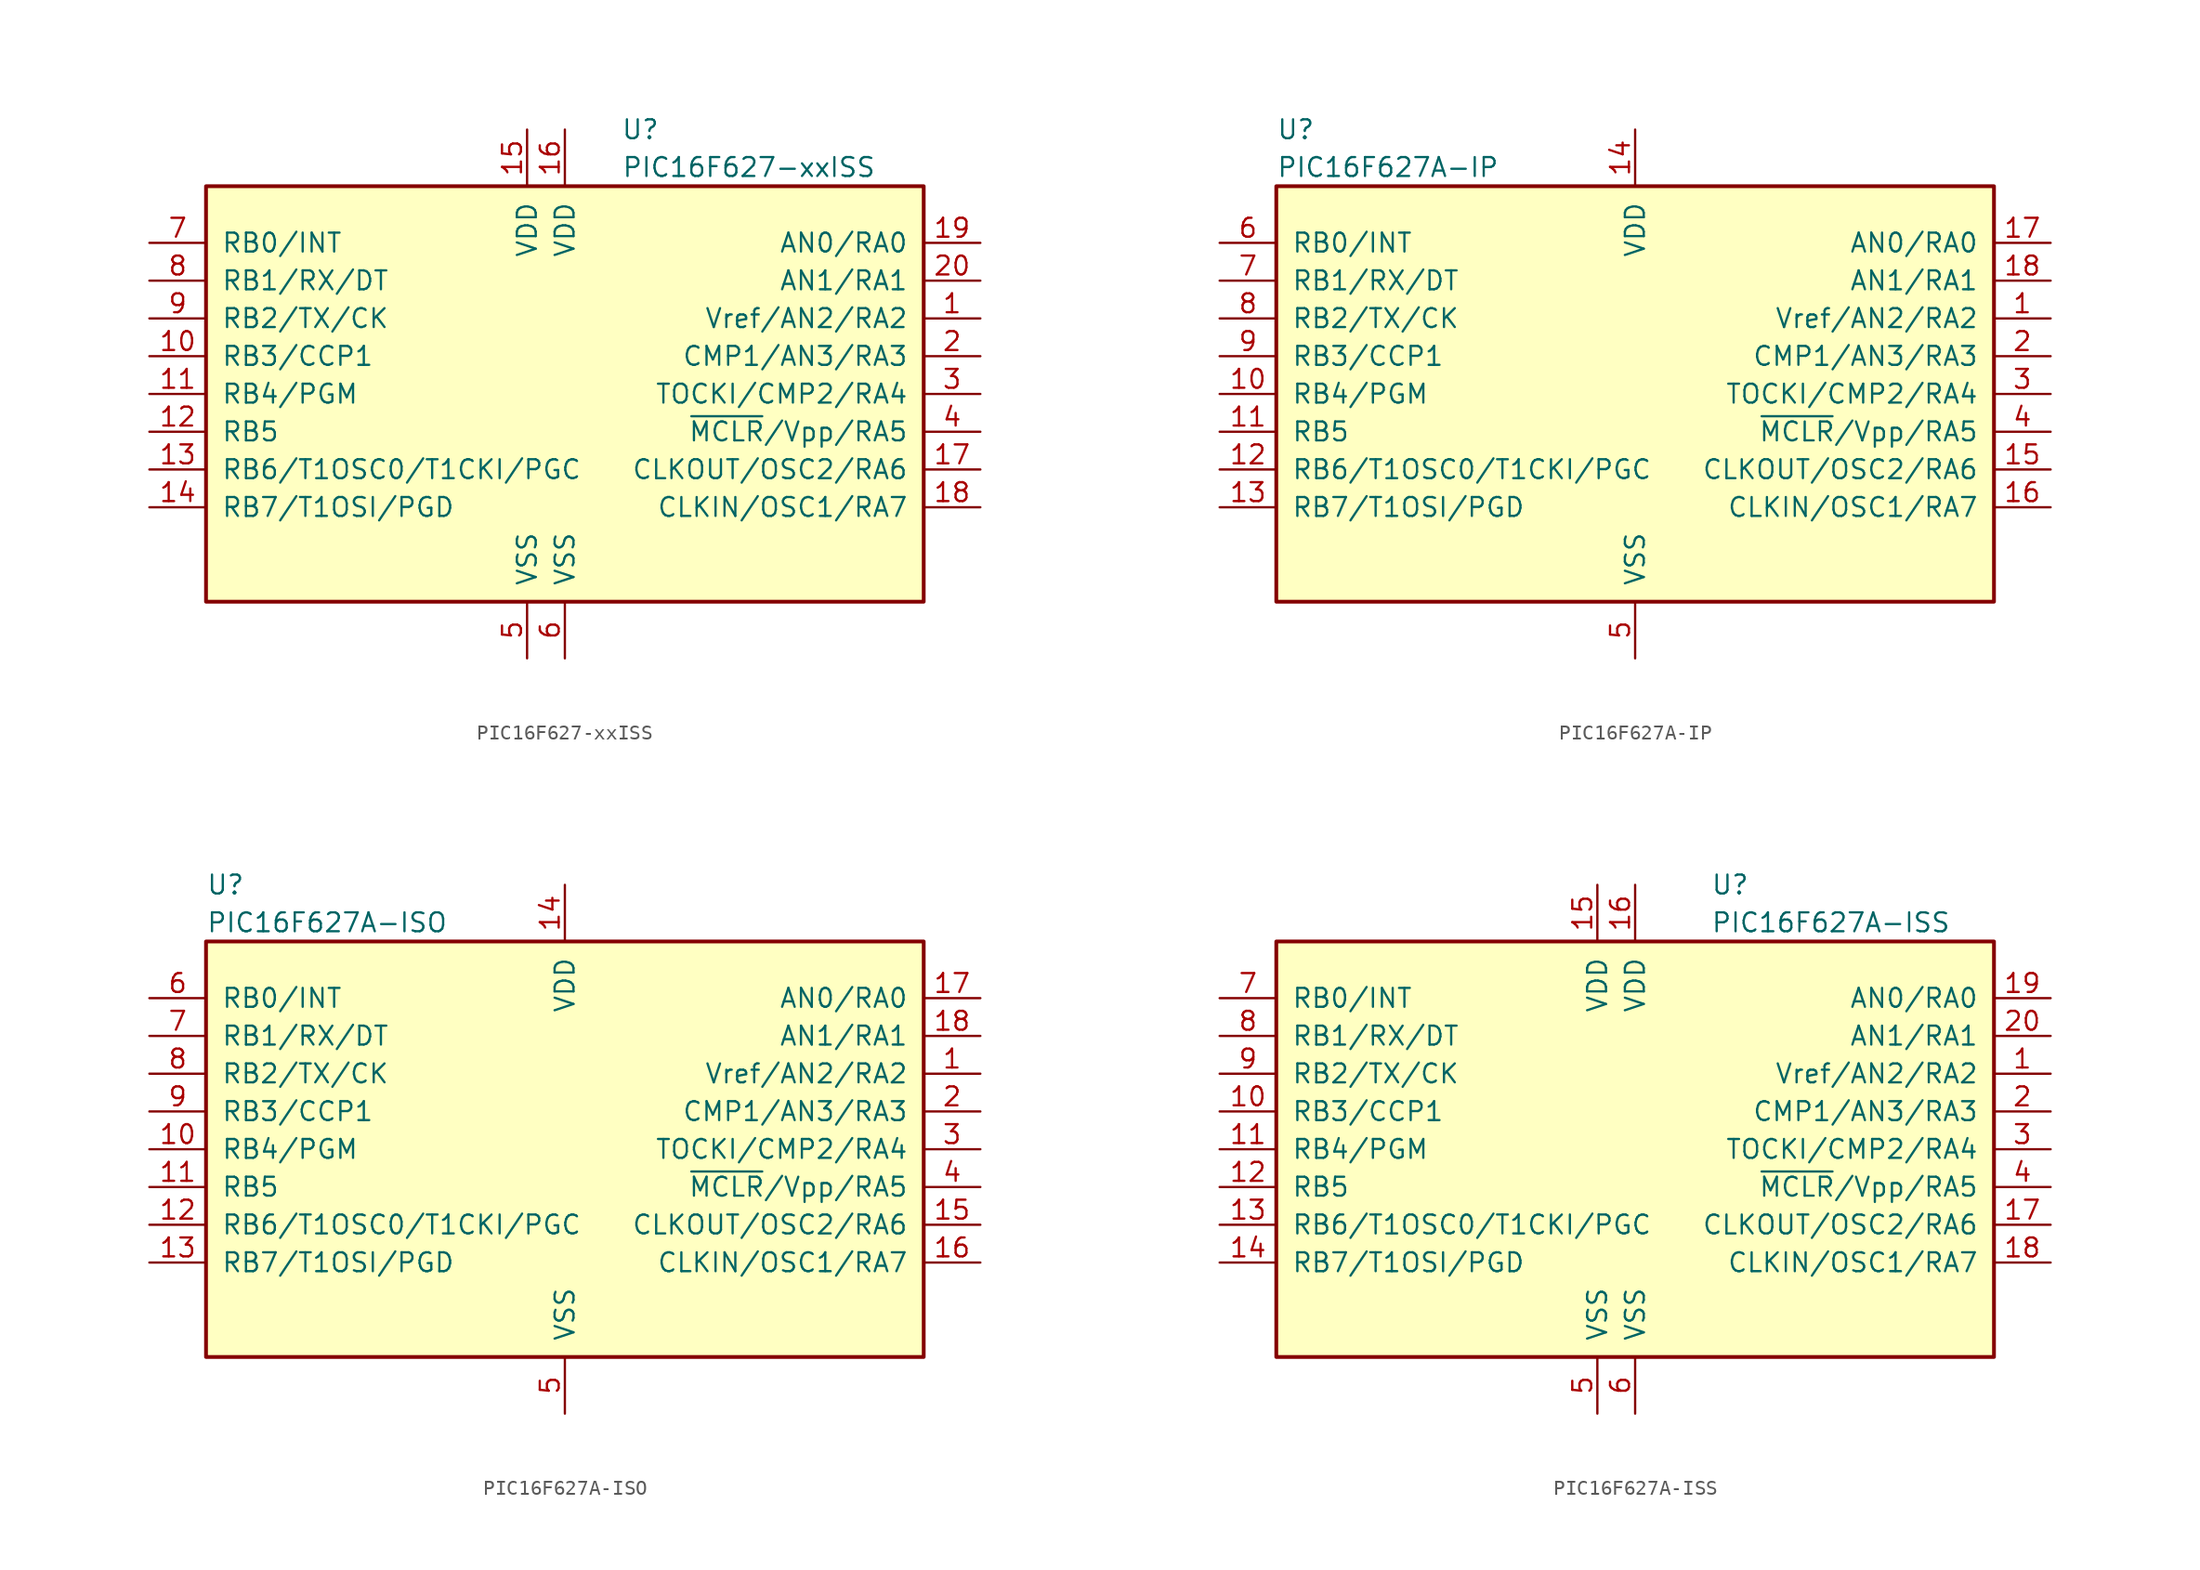
<source format=kicad_sym>
(kicad_symbol_lib
  (version 20220914)
  (generator kicad_symbol_editor)
  (symbol "PIC16F627-xxISS"
    (pin_names
      (offset 1.016))
    (property "Reference" "U"
      (at 5.08 17.78 0)
      (effects (font (size 1.27 1.27))))
    (property "Value" "PIC16F627-xxISS"
      (at 3.81 15.24 0)
      (effects (font (size 1.27 1.27)) (justify left)))
    (symbol "PIC16F627-xxISS_0_1"
      (rectangle (start 24.13 13.97) (end -24.13 -13.97) (stroke (width 0.254) (type default)) (fill (type background))))
    (symbol "PIC16F627-xxISS_1_1"
      (pin bidirectional line (at 27.94 5.08 180) (length 3.81) (name "Vref/AN2/RA2" (effects (font (size 1.27 1.27)))) (number "1" (effects (font (size 1.27 1.27)))))
      (pin bidirectional line (at -27.94 2.54 0) (length 3.81) (name "RB3/CCP1" (effects (font (size 1.27 1.27)))) (number "10" (effects (font (size 1.27 1.27)))))
      (pin bidirectional line (at -27.94 0 0) (length 3.81) (name "RB4/PGM" (effects (font (size 1.27 1.27)))) (number "11" (effects (font (size 1.27 1.27)))))
      (pin bidirectional line (at -27.94 -2.54 0) (length 3.81) (name "RB5" (effects (font (size 1.27 1.27)))) (number "12" (effects (font (size 1.27 1.27)))))
      (pin bidirectional line (at -27.94 -5.08 0) (length 3.81) (name "RB6/T1OSC0/T1CKI/PGC" (effects (font (size 1.27 1.27)))) (number "13" (effects (font (size 1.27 1.27)))))
      (pin bidirectional line (at -27.94 -7.62 0) (length 3.81) (name "RB7/T1OSI/PGD" (effects (font (size 1.27 1.27)))) (number "14" (effects (font (size 1.27 1.27)))))
      (pin power_in line (at -2.54 17.78 270) (length 3.81) (name "VDD" (effects (font (size 1.27 1.27)))) (number "15" (effects (font (size 1.27 1.27)))))
      (pin power_in line (at 0 17.78 270) (length 3.81) (name "VDD" (effects (font (size 1.27 1.27)))) (number "16" (effects (font (size 1.27 1.27)))))
      (pin bidirectional line (at 27.94 -5.08 180) (length 3.81) (name "CLKOUT/OSC2/RA6" (effects (font (size 1.27 1.27)))) (number "17" (effects (font (size 1.27 1.27)))))
      (pin bidirectional line (at 27.94 -7.62 180) (length 3.81) (name "CLKIN/OSC1/RA7" (effects (font (size 1.27 1.27)))) (number "18" (effects (font (size 1.27 1.27)))))
      (pin bidirectional line (at 27.94 10.16 180) (length 3.81) (name "AN0/RA0" (effects (font (size 1.27 1.27)))) (number "19" (effects (font (size 1.27 1.27)))))
      (pin bidirectional line (at 27.94 2.54 180) (length 3.81) (name "CMP1/AN3/RA3" (effects (font (size 1.27 1.27)))) (number "2" (effects (font (size 1.27 1.27)))))
      (pin bidirectional line (at 27.94 7.62 180) (length 3.81) (name "AN1/RA1" (effects (font (size 1.27 1.27)))) (number "20" (effects (font (size 1.27 1.27)))))
      (pin bidirectional line (at 27.94 0 180) (length 3.81) (name "TOCKI/CMP2/RA4" (effects (font (size 1.27 1.27)))) (number "3" (effects (font (size 1.27 1.27)))))
      (pin input line (at 27.94 -2.54 180) (length 3.81) (name "~{MCLR}/Vpp/RA5" (effects (font (size 1.27 1.27)))) (number "4" (effects (font (size 1.27 1.27)))))
      (pin power_in line (at -2.54 -17.78 90) (length 3.81) (name "VSS" (effects (font (size 1.27 1.27)))) (number "5" (effects (font (size 1.27 1.27)))))
      (pin power_in line (at 0 -17.78 90) (length 3.81) (name "VSS" (effects (font (size 1.27 1.27)))) (number "6" (effects (font (size 1.27 1.27)))))
      (pin bidirectional line (at -27.94 10.16 0) (length 3.81) (name "RB0/INT" (effects (font (size 1.27 1.27)))) (number "7" (effects (font (size 1.27 1.27)))))
      (pin bidirectional line (at -27.94 7.62 0) (length 3.81) (name "RB1/RX/DT" (effects (font (size 1.27 1.27)))) (number "8" (effects (font (size 1.27 1.27)))))
      (pin bidirectional line (at -27.94 5.08 0) (length 3.81) (name "RB2/TX/CK" (effects (font (size 1.27 1.27)))) (number "9" (effects (font (size 1.27 1.27)))))))
  (symbol "PIC16F627A-IP"
    (pin_names
      (offset 1.016))
    (property "Reference" "U"
      (at -24.13 17.78 0)
      (effects (font (size 1.27 1.27)) (justify left)))
    (property "Value" "PIC16F627A-IP"
      (at -24.13 15.24 0)
      (effects (font (size 1.27 1.27)) (justify left)))
    (symbol "PIC16F627A-IP_0_1"
      (rectangle (start 24.13 13.97) (end -24.13 -13.97) (stroke (width 0.254) (type default)) (fill (type background))))
    (symbol "PIC16F627A-IP_1_1"
      (pin bidirectional line (at 27.94 5.08 180) (length 3.81) (name "Vref/AN2/RA2" (effects (font (size 1.27 1.27)))) (number "1" (effects (font (size 1.27 1.27)))))
      (pin bidirectional line (at -27.94 0 0) (length 3.81) (name "RB4/PGM" (effects (font (size 1.27 1.27)))) (number "10" (effects (font (size 1.27 1.27)))))
      (pin bidirectional line (at -27.94 -2.54 0) (length 3.81) (name "RB5" (effects (font (size 1.27 1.27)))) (number "11" (effects (font (size 1.27 1.27)))))
      (pin bidirectional line (at -27.94 -5.08 0) (length 3.81) (name "RB6/T1OSC0/T1CKI/PGC" (effects (font (size 1.27 1.27)))) (number "12" (effects (font (size 1.27 1.27)))))
      (pin bidirectional line (at -27.94 -7.62 0) (length 3.81) (name "RB7/T1OSI/PGD" (effects (font (size 1.27 1.27)))) (number "13" (effects (font (size 1.27 1.27)))))
      (pin power_in line (at 0 17.78 270) (length 3.81) (name "VDD" (effects (font (size 1.27 1.27)))) (number "14" (effects (font (size 1.27 1.27)))))
      (pin bidirectional line (at 27.94 -5.08 180) (length 3.81) (name "CLKOUT/OSC2/RA6" (effects (font (size 1.27 1.27)))) (number "15" (effects (font (size 1.27 1.27)))))
      (pin bidirectional line (at 27.94 -7.62 180) (length 3.81) (name "CLKIN/OSC1/RA7" (effects (font (size 1.27 1.27)))) (number "16" (effects (font (size 1.27 1.27)))))
      (pin bidirectional line (at 27.94 10.16 180) (length 3.81) (name "AN0/RA0" (effects (font (size 1.27 1.27)))) (number "17" (effects (font (size 1.27 1.27)))))
      (pin bidirectional line (at 27.94 7.62 180) (length 3.81) (name "AN1/RA1" (effects (font (size 1.27 1.27)))) (number "18" (effects (font (size 1.27 1.27)))))
      (pin bidirectional line (at 27.94 2.54 180) (length 3.81) (name "CMP1/AN3/RA3" (effects (font (size 1.27 1.27)))) (number "2" (effects (font (size 1.27 1.27)))))
      (pin bidirectional line (at 27.94 0 180) (length 3.81) (name "TOCKI/CMP2/RA4" (effects (font (size 1.27 1.27)))) (number "3" (effects (font (size 1.27 1.27)))))
      (pin input line (at 27.94 -2.54 180) (length 3.81) (name "~{MCLR}/Vpp/RA5" (effects (font (size 1.27 1.27)))) (number "4" (effects (font (size 1.27 1.27)))))
      (pin power_in line (at 0 -17.78 90) (length 3.81) (name "VSS" (effects (font (size 1.27 1.27)))) (number "5" (effects (font (size 1.27 1.27)))))
      (pin bidirectional line (at -27.94 10.16 0) (length 3.81) (name "RB0/INT" (effects (font (size 1.27 1.27)))) (number "6" (effects (font (size 1.27 1.27)))))
      (pin bidirectional line (at -27.94 7.62 0) (length 3.81) (name "RB1/RX/DT" (effects (font (size 1.27 1.27)))) (number "7" (effects (font (size 1.27 1.27)))))
      (pin bidirectional line (at -27.94 5.08 0) (length 3.81) (name "RB2/TX/CK" (effects (font (size 1.27 1.27)))) (number "8" (effects (font (size 1.27 1.27)))))
      (pin bidirectional line (at -27.94 2.54 0) (length 3.81) (name "RB3/CCP1" (effects (font (size 1.27 1.27)))) (number "9" (effects (font (size 1.27 1.27)))))))
  (symbol "PIC16F627A-ISO"
    (pin_names
      (offset 1.016))
    (property "Reference" "U"
      (at -24.13 17.78 0)
      (effects (font (size 1.27 1.27)) (justify left)))
    (property "Value" "PIC16F627A-ISO"
      (at -24.13 15.24 0)
      (effects (font (size 1.27 1.27)) (justify left)))
    (symbol "PIC16F627A-ISO_0_1"
      (rectangle (start 24.13 13.97) (end -24.13 -13.97) (stroke (width 0.254) (type default)) (fill (type background))))
    (symbol "PIC16F627A-ISO_1_1"
      (pin bidirectional line (at 27.94 5.08 180) (length 3.81) (name "Vref/AN2/RA2" (effects (font (size 1.27 1.27)))) (number "1" (effects (font (size 1.27 1.27)))))
      (pin bidirectional line (at -27.94 0 0) (length 3.81) (name "RB4/PGM" (effects (font (size 1.27 1.27)))) (number "10" (effects (font (size 1.27 1.27)))))
      (pin bidirectional line (at -27.94 -2.54 0) (length 3.81) (name "RB5" (effects (font (size 1.27 1.27)))) (number "11" (effects (font (size 1.27 1.27)))))
      (pin bidirectional line (at -27.94 -5.08 0) (length 3.81) (name "RB6/T1OSC0/T1CKI/PGC" (effects (font (size 1.27 1.27)))) (number "12" (effects (font (size 1.27 1.27)))))
      (pin bidirectional line (at -27.94 -7.62 0) (length 3.81) (name "RB7/T1OSI/PGD" (effects (font (size 1.27 1.27)))) (number "13" (effects (font (size 1.27 1.27)))))
      (pin power_in line (at 0 17.78 270) (length 3.81) (name "VDD" (effects (font (size 1.27 1.27)))) (number "14" (effects (font (size 1.27 1.27)))))
      (pin bidirectional line (at 27.94 -5.08 180) (length 3.81) (name "CLKOUT/OSC2/RA6" (effects (font (size 1.27 1.27)))) (number "15" (effects (font (size 1.27 1.27)))))
      (pin bidirectional line (at 27.94 -7.62 180) (length 3.81) (name "CLKIN/OSC1/RA7" (effects (font (size 1.27 1.27)))) (number "16" (effects (font (size 1.27 1.27)))))
      (pin bidirectional line (at 27.94 10.16 180) (length 3.81) (name "AN0/RA0" (effects (font (size 1.27 1.27)))) (number "17" (effects (font (size 1.27 1.27)))))
      (pin bidirectional line (at 27.94 7.62 180) (length 3.81) (name "AN1/RA1" (effects (font (size 1.27 1.27)))) (number "18" (effects (font (size 1.27 1.27)))))
      (pin bidirectional line (at 27.94 2.54 180) (length 3.81) (name "CMP1/AN3/RA3" (effects (font (size 1.27 1.27)))) (number "2" (effects (font (size 1.27 1.27)))))
      (pin bidirectional line (at 27.94 0 180) (length 3.81) (name "TOCKI/CMP2/RA4" (effects (font (size 1.27 1.27)))) (number "3" (effects (font (size 1.27 1.27)))))
      (pin input line (at 27.94 -2.54 180) (length 3.81) (name "~{MCLR}/Vpp/RA5" (effects (font (size 1.27 1.27)))) (number "4" (effects (font (size 1.27 1.27)))))
      (pin power_in line (at 0 -17.78 90) (length 3.81) (name "VSS" (effects (font (size 1.27 1.27)))) (number "5" (effects (font (size 1.27 1.27)))))
      (pin bidirectional line (at -27.94 10.16 0) (length 3.81) (name "RB0/INT" (effects (font (size 1.27 1.27)))) (number "6" (effects (font (size 1.27 1.27)))))
      (pin bidirectional line (at -27.94 7.62 0) (length 3.81) (name "RB1/RX/DT" (effects (font (size 1.27 1.27)))) (number "7" (effects (font (size 1.27 1.27)))))
      (pin bidirectional line (at -27.94 5.08 0) (length 3.81) (name "RB2/TX/CK" (effects (font (size 1.27 1.27)))) (number "8" (effects (font (size 1.27 1.27)))))
      (pin bidirectional line (at -27.94 2.54 0) (length 3.81) (name "RB3/CCP1" (effects (font (size 1.27 1.27)))) (number "9" (effects (font (size 1.27 1.27)))))))
  (symbol "PIC16F627A-ISS"
    (pin_names
      (offset 1.016))
    (property "Reference" "U"
      (at 5.08 17.78 0)
      (effects (font (size 1.27 1.27)) (justify left)))
    (property "Value" "PIC16F627A-ISS"
      (at 5.08 15.24 0)
      (effects (font (size 1.27 1.27)) (justify left)))
    (symbol "PIC16F627A-ISS_0_1"
      (rectangle (start 24.13 13.97) (end -24.13 -13.97) (stroke (width 0.254) (type default)) (fill (type background))))
    (symbol "PIC16F627A-ISS_1_1"
      (pin bidirectional line (at 27.94 5.08 180) (length 3.81) (name "Vref/AN2/RA2" (effects (font (size 1.27 1.27)))) (number "1" (effects (font (size 1.27 1.27)))))
      (pin bidirectional line (at -27.94 2.54 0) (length 3.81) (name "RB3/CCP1" (effects (font (size 1.27 1.27)))) (number "10" (effects (font (size 1.27 1.27)))))
      (pin bidirectional line (at -27.94 0 0) (length 3.81) (name "RB4/PGM" (effects (font (size 1.27 1.27)))) (number "11" (effects (font (size 1.27 1.27)))))
      (pin bidirectional line (at -27.94 -2.54 0) (length 3.81) (name "RB5" (effects (font (size 1.27 1.27)))) (number "12" (effects (font (size 1.27 1.27)))))
      (pin bidirectional line (at -27.94 -5.08 0) (length 3.81) (name "RB6/T1OSC0/T1CKI/PGC" (effects (font (size 1.27 1.27)))) (number "13" (effects (font (size 1.27 1.27)))))
      (pin bidirectional line (at -27.94 -7.62 0) (length 3.81) (name "RB7/T1OSI/PGD" (effects (font (size 1.27 1.27)))) (number "14" (effects (font (size 1.27 1.27)))))
      (pin power_in line (at -2.54 17.78 270) (length 3.81) (name "VDD" (effects (font (size 1.27 1.27)))) (number "15" (effects (font (size 1.27 1.27)))))
      (pin power_in line (at 0 17.78 270) (length 3.81) (name "VDD" (effects (font (size 1.27 1.27)))) (number "16" (effects (font (size 1.27 1.27)))))
      (pin bidirectional line (at 27.94 -5.08 180) (length 3.81) (name "CLKOUT/OSC2/RA6" (effects (font (size 1.27 1.27)))) (number "17" (effects (font (size 1.27 1.27)))))
      (pin bidirectional line (at 27.94 -7.62 180) (length 3.81) (name "CLKIN/OSC1/RA7" (effects (font (size 1.27 1.27)))) (number "18" (effects (font (size 1.27 1.27)))))
      (pin bidirectional line (at 27.94 10.16 180) (length 3.81) (name "AN0/RA0" (effects (font (size 1.27 1.27)))) (number "19" (effects (font (size 1.27 1.27)))))
      (pin bidirectional line (at 27.94 2.54 180) (length 3.81) (name "CMP1/AN3/RA3" (effects (font (size 1.27 1.27)))) (number "2" (effects (font (size 1.27 1.27)))))
      (pin bidirectional line (at 27.94 7.62 180) (length 3.81) (name "AN1/RA1" (effects (font (size 1.27 1.27)))) (number "20" (effects (font (size 1.27 1.27)))))
      (pin bidirectional line (at 27.94 0 180) (length 3.81) (name "TOCKI/CMP2/RA4" (effects (font (size 1.27 1.27)))) (number "3" (effects (font (size 1.27 1.27)))))
      (pin input line (at 27.94 -2.54 180) (length 3.81) (name "~{MCLR}/Vpp/RA5" (effects (font (size 1.27 1.27)))) (number "4" (effects (font (size 1.27 1.27)))))
      (pin power_in line (at -2.54 -17.78 90) (length 3.81) (name "VSS" (effects (font (size 1.27 1.27)))) (number "5" (effects (font (size 1.27 1.27)))))
      (pin power_in line (at 0 -17.78 90) (length 3.81) (name "VSS" (effects (font (size 1.27 1.27)))) (number "6" (effects (font (size 1.27 1.27)))))
      (pin bidirectional line (at -27.94 10.16 0) (length 3.81) (name "RB0/INT" (effects (font (size 1.27 1.27)))) (number "7" (effects (font (size 1.27 1.27)))))
      (pin bidirectional line (at -27.94 7.62 0) (length 3.81) (name "RB1/RX/DT" (effects (font (size 1.27 1.27)))) (number "8" (effects (font (size 1.27 1.27)))))
      (pin bidirectional line (at -27.94 5.08 0) (length 3.81) (name "RB2/TX/CK" (effects (font (size 1.27 1.27)))) (number "9" (effects (font (size 1.27 1.27))))))))
</source>
